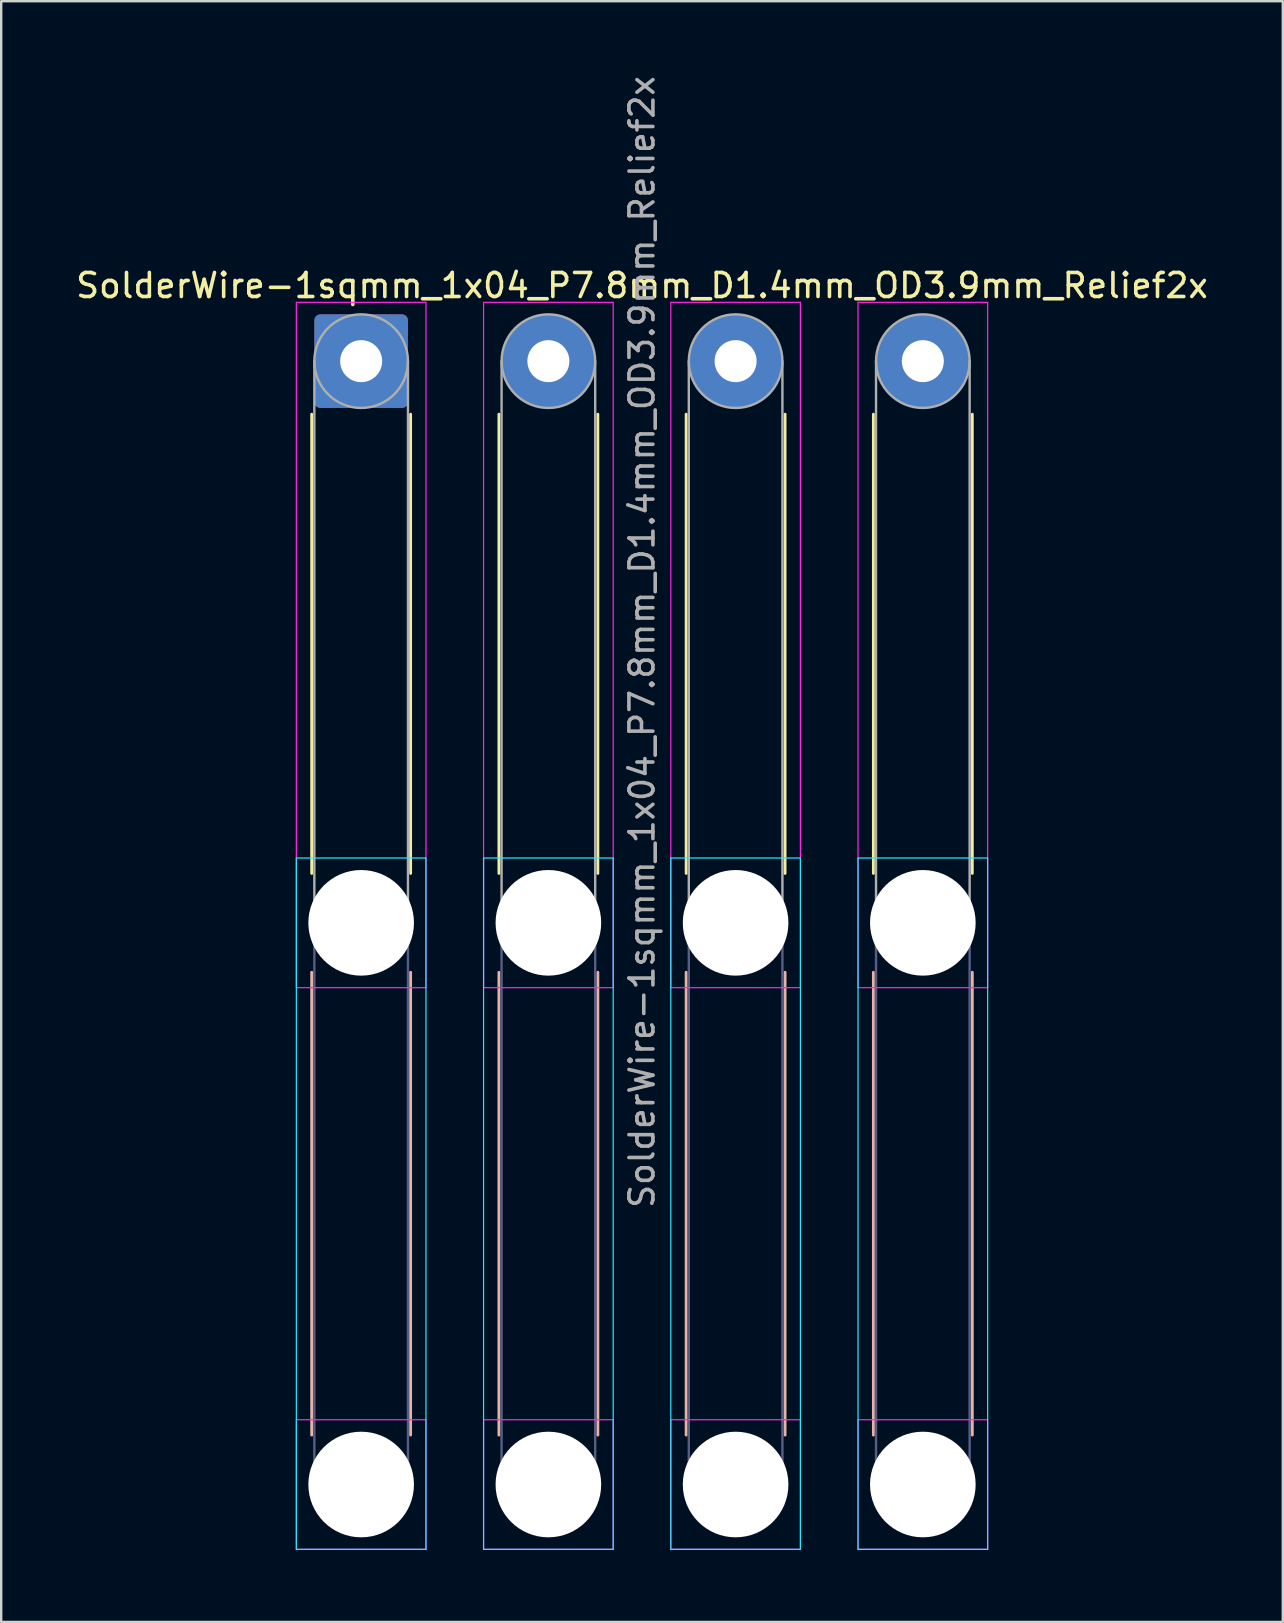
<source format=kicad_pcb>
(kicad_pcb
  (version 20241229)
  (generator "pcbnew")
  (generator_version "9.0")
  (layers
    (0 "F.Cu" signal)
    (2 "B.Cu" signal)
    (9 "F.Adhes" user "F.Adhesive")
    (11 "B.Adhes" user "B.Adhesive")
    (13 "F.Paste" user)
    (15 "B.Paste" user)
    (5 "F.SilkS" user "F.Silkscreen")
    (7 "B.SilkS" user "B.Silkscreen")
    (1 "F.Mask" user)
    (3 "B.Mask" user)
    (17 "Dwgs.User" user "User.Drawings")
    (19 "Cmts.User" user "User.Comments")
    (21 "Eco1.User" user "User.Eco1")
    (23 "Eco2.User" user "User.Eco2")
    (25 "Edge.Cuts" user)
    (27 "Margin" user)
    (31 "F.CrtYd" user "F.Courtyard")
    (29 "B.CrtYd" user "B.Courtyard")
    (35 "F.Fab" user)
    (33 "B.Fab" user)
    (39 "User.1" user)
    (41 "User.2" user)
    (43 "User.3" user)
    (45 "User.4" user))
  (footprint "SolderWire-1sqmm_1x04_P7.8mm_D1.4mm_OD3.9mm_Relief2x"
    (layer "F.Cu")
    (at 11.996 11.996)
    (property "Reference" "SolderWire-1sqmm_1x04_P7.8mm_D1.4mm_OD3.9mm_Relief2x" (at 11.7 -3.15 0) (layer "F.SilkS") (effects (font (size 1 1) (thickness 0.15))))
    (attr exclude_from_pos_files exclude_from_bom)
    (fp_line (start -2.06 2.21) (end -2.06 21.34) (stroke (width 0.12) (type solid)) (layer "F.SilkS"))
    (fp_line (start 2.06 2.21) (end 2.06 21.34) (stroke (width 0.12) (type solid)) (layer "F.SilkS"))
    (fp_line (start 5.74 2.21) (end 5.74 21.34) (stroke (width 0.12) (type solid)) (layer "F.SilkS"))
    (fp_line (start 9.86 2.21) (end 9.86 21.34) (stroke (width 0.12) (type solid)) (layer "F.SilkS"))
    (fp_line (start 13.54 2.21) (end 13.54 21.34) (stroke (width 0.12) (type solid)) (layer "F.SilkS"))
    (fp_line (start 17.66 2.21) (end 17.66 21.34) (stroke (width 0.12) (type solid)) (layer "F.SilkS"))
    (fp_line (start 21.34 2.21) (end 21.34 21.34) (stroke (width 0.12) (type solid)) (layer "F.SilkS"))
    (fp_line (start 25.46 2.21) (end 25.46 21.34) (stroke (width 0.12) (type solid)) (layer "F.SilkS"))
    (fp_line (start -2.06 25.46) (end -2.06 44.74) (stroke (width 0.12) (type solid)) (layer "B.SilkS"))
    (fp_line (start 2.06 25.46) (end 2.06 44.74) (stroke (width 0.12) (type solid)) (layer "B.SilkS"))
    (fp_line (start 5.74 25.46) (end 5.74 44.74) (stroke (width 0.12) (type solid)) (layer "B.SilkS"))
    (fp_line (start 9.86 25.46) (end 9.86 44.74) (stroke (width 0.12) (type solid)) (layer "B.SilkS"))
    (fp_line (start 13.54 25.46) (end 13.54 44.74) (stroke (width 0.12) (type solid)) (layer "B.SilkS"))
    (fp_line (start 17.66 25.46) (end 17.66 44.74) (stroke (width 0.12) (type solid)) (layer "B.SilkS"))
    (fp_line (start 21.34 25.46) (end 21.34 44.74) (stroke (width 0.12) (type solid)) (layer "B.SilkS"))
    (fp_line (start 25.46 25.46) (end 25.46 44.74) (stroke (width 0.12) (type solid)) (layer "B.SilkS"))
    (fp_line (start -2.7 20.7) (end -2.7 49.5) (stroke (width 0.05) (type solid)) (layer "B.CrtYd"))
    (fp_line (start -2.7 49.5) (end 2.7 49.5) (stroke (width 0.05) (type solid)) (layer "B.CrtYd"))
    (fp_line (start 2.7 20.7) (end -2.7 20.7) (stroke (width 0.05) (type solid)) (layer "B.CrtYd"))
    (fp_line (start 2.7 49.5) (end 2.7 20.7) (stroke (width 0.05) (type solid)) (layer "B.CrtYd"))
    (fp_line (start 5.1 20.7) (end 5.1 49.5) (stroke (width 0.05) (type solid)) (layer "B.CrtYd"))
    (fp_line (start 5.1 49.5) (end 10.5 49.5) (stroke (width 0.05) (type solid)) (layer "B.CrtYd"))
    (fp_line (start 10.5 20.7) (end 5.1 20.7) (stroke (width 0.05) (type solid)) (layer "B.CrtYd"))
    (fp_line (start 10.5 49.5) (end 10.5 20.7) (stroke (width 0.05) (type solid)) (layer "B.CrtYd"))
    (fp_line (start 12.9 20.7) (end 12.9 49.5) (stroke (width 0.05) (type solid)) (layer "B.CrtYd"))
    (fp_line (start 12.9 49.5) (end 18.3 49.5) (stroke (width 0.05) (type solid)) (layer "B.CrtYd"))
    (fp_line (start 18.3 20.7) (end 12.9 20.7) (stroke (width 0.05) (type solid)) (layer "B.CrtYd"))
    (fp_line (start 18.3 49.5) (end 18.3 20.7) (stroke (width 0.05) (type solid)) (layer "B.CrtYd"))
    (fp_line (start 20.7 20.7) (end 20.7 49.5) (stroke (width 0.05) (type solid)) (layer "B.CrtYd"))
    (fp_line (start 20.7 49.5) (end 26.1 49.5) (stroke (width 0.05) (type solid)) (layer "B.CrtYd"))
    (fp_line (start 26.1 20.7) (end 20.7 20.7) (stroke (width 0.05) (type solid)) (layer "B.CrtYd"))
    (fp_line (start 26.1 49.5) (end 26.1 20.7) (stroke (width 0.05) (type solid)) (layer "B.CrtYd"))
    (fp_line (start -2.7 -2.45) (end -2.7 26.1) (stroke (width 0.05) (type solid)) (layer "F.CrtYd"))
    (fp_line (start -2.7 26.1) (end 2.7 26.1) (stroke (width 0.05) (type solid)) (layer "F.CrtYd"))
    (fp_line (start -2.7 44.1) (end -2.7 49.5) (stroke (width 0.05) (type solid)) (layer "F.CrtYd"))
    (fp_line (start -2.7 49.5) (end 2.7 49.5) (stroke (width 0.05) (type solid)) (layer "F.CrtYd"))
    (fp_line (start 2.7 -2.45) (end -2.7 -2.45) (stroke (width 0.05) (type solid)) (layer "F.CrtYd"))
    (fp_line (start 2.7 26.1) (end 2.7 -2.45) (stroke (width 0.05) (type solid)) (layer "F.CrtYd"))
    (fp_line (start 2.7 44.1) (end -2.7 44.1) (stroke (width 0.05) (type solid)) (layer "F.CrtYd"))
    (fp_line (start 2.7 49.5) (end 2.7 44.1) (stroke (width 0.05) (type solid)) (layer "F.CrtYd"))
    (fp_line (start 5.1 -2.45) (end 5.1 26.1) (stroke (width 0.05) (type solid)) (layer "F.CrtYd"))
    (fp_line (start 5.1 26.1) (end 10.5 26.1) (stroke (width 0.05) (type solid)) (layer "F.CrtYd"))
    (fp_line (start 5.1 44.1) (end 5.1 49.5) (stroke (width 0.05) (type solid)) (layer "F.CrtYd"))
    (fp_line (start 5.1 49.5) (end 10.5 49.5) (stroke (width 0.05) (type solid)) (layer "F.CrtYd"))
    (fp_line (start 10.5 -2.45) (end 5.1 -2.45) (stroke (width 0.05) (type solid)) (layer "F.CrtYd"))
    (fp_line (start 10.5 26.1) (end 10.5 -2.45) (stroke (width 0.05) (type solid)) (layer "F.CrtYd"))
    (fp_line (start 10.5 44.1) (end 5.1 44.1) (stroke (width 0.05) (type solid)) (layer "F.CrtYd"))
    (fp_line (start 10.5 49.5) (end 10.5 44.1) (stroke (width 0.05) (type solid)) (layer "F.CrtYd"))
    (fp_line (start 12.9 -2.45) (end 12.9 26.1) (stroke (width 0.05) (type solid)) (layer "F.CrtYd"))
    (fp_line (start 12.9 26.1) (end 18.3 26.1) (stroke (width 0.05) (type solid)) (layer "F.CrtYd"))
    (fp_line (start 12.9 44.1) (end 12.9 49.5) (stroke (width 0.05) (type solid)) (layer "F.CrtYd"))
    (fp_line (start 12.9 49.5) (end 18.3 49.5) (stroke (width 0.05) (type solid)) (layer "F.CrtYd"))
    (fp_line (start 18.3 -2.45) (end 12.9 -2.45) (stroke (width 0.05) (type solid)) (layer "F.CrtYd"))
    (fp_line (start 18.3 26.1) (end 18.3 -2.45) (stroke (width 0.05) (type solid)) (layer "F.CrtYd"))
    (fp_line (start 18.3 44.1) (end 12.9 44.1) (stroke (width 0.05) (type solid)) (layer "F.CrtYd"))
    (fp_line (start 18.3 49.5) (end 18.3 44.1) (stroke (width 0.05) (type solid)) (layer "F.CrtYd"))
    (fp_line (start 20.7 -2.45) (end 20.7 26.1) (stroke (width 0.05) (type solid)) (layer "F.CrtYd"))
    (fp_line (start 20.7 26.1) (end 26.1 26.1) (stroke (width 0.05) (type solid)) (layer "F.CrtYd"))
    (fp_line (start 20.7 44.1) (end 20.7 49.5) (stroke (width 0.05) (type solid)) (layer "F.CrtYd"))
    (fp_line (start 20.7 49.5) (end 26.1 49.5) (stroke (width 0.05) (type solid)) (layer "F.CrtYd"))
    (fp_line (start 26.1 -2.45) (end 20.7 -2.45) (stroke (width 0.05) (type solid)) (layer "F.CrtYd"))
    (fp_line (start 26.1 26.1) (end 26.1 -2.45) (stroke (width 0.05) (type solid)) (layer "F.CrtYd"))
    (fp_line (start 26.1 44.1) (end 20.7 44.1) (stroke (width 0.05) (type solid)) (layer "F.CrtYd"))
    (fp_line (start 26.1 49.5) (end 26.1 44.1) (stroke (width 0.05) (type solid)) (layer "F.CrtYd"))
    (fp_line (start -1.95 23.4) (end -1.95 46.8) (stroke (width 0.1) (type solid)) (layer "B.Fab"))
    (fp_line (start 1.95 23.4) (end 1.95 46.8) (stroke (width 0.1) (type solid)) (layer "B.Fab"))
    (fp_line (start 5.85 23.4) (end 5.85 46.8) (stroke (width 0.1) (type solid)) (layer "B.Fab"))
    (fp_line (start 9.75 23.4) (end 9.75 46.8) (stroke (width 0.1) (type solid)) (layer "B.Fab"))
    (fp_line (start 13.65 23.4) (end 13.65 46.8) (stroke (width 0.1) (type solid)) (layer "B.Fab"))
    (fp_line (start 17.55 23.4) (end 17.55 46.8) (stroke (width 0.1) (type solid)) (layer "B.Fab"))
    (fp_line (start 21.45 23.4) (end 21.45 46.8) (stroke (width 0.1) (type solid)) (layer "B.Fab"))
    (fp_line (start 25.35 23.4) (end 25.35 46.8) (stroke (width 0.1) (type solid)) (layer "B.Fab"))
    (fp_circle (center 0 23.4) (end 1.95 23.4) (stroke (width 0.1) (type solid)) (fill no) (layer "B.Fab"))
    (fp_circle (center 0 46.8) (end 1.95 46.8) (stroke (width 0.1) (type solid)) (fill no) (layer "B.Fab"))
    (fp_circle (center 7.8 23.4) (end 9.75 23.4) (stroke (width 0.1) (type solid)) (fill no) (layer "B.Fab"))
    (fp_circle (center 7.8 46.8) (end 9.75 46.8) (stroke (width 0.1) (type solid)) (fill no) (layer "B.Fab"))
    (fp_circle (center 15.6 23.4) (end 17.55 23.4) (stroke (width 0.1) (type solid)) (fill no) (layer "B.Fab"))
    (fp_circle (center 15.6 46.8) (end 17.55 46.8) (stroke (width 0.1) (type solid)) (fill no) (layer "B.Fab"))
    (fp_circle (center 23.4 23.4) (end 25.35 23.4) (stroke (width 0.1) (type solid)) (fill no) (layer "B.Fab"))
    (fp_circle (center 23.4 46.8) (end 25.35 46.8) (stroke (width 0.1) (type solid)) (fill no) (layer "B.Fab"))
    (fp_line (start -1.95 0) (end -1.95 23.4) (stroke (width 0.1) (type solid)) (layer "F.Fab"))
    (fp_line (start 1.95 0) (end 1.95 23.4) (stroke (width 0.1) (type solid)) (layer "F.Fab"))
    (fp_line (start 5.85 0) (end 5.85 23.4) (stroke (width 0.1) (type solid)) (layer "F.Fab"))
    (fp_line (start 9.75 0) (end 9.75 23.4) (stroke (width 0.1) (type solid)) (layer "F.Fab"))
    (fp_line (start 13.65 0) (end 13.65 23.4) (stroke (width 0.1) (type solid)) (layer "F.Fab"))
    (fp_line (start 17.55 0) (end 17.55 23.4) (stroke (width 0.1) (type solid)) (layer "F.Fab"))
    (fp_line (start 21.45 0) (end 21.45 23.4) (stroke (width 0.1) (type solid)) (layer "F.Fab"))
    (fp_line (start 25.35 0) (end 25.35 23.4) (stroke (width 0.1) (type solid)) (layer "F.Fab"))
    (fp_circle (center 0 0) (end 1.95 0) (stroke (width 0.1) (type solid)) (fill no) (layer "F.Fab"))
    (fp_circle (center 0 23.4) (end 1.95 23.4) (stroke (width 0.1) (type solid)) (fill no) (layer "F.Fab"))
    (fp_circle (center 0 46.8) (end 1.95 46.8) (stroke (width 0.1) (type solid)) (fill no) (layer "F.Fab"))
    (fp_circle (center 7.8 0) (end 9.75 0) (stroke (width 0.1) (type solid)) (fill no) (layer "F.Fab"))
    (fp_circle (center 7.8 23.4) (end 9.75 23.4) (stroke (width 0.1) (type solid)) (fill no) (layer "F.Fab"))
    (fp_circle (center 7.8 46.8) (end 9.75 46.8) (stroke (width 0.1) (type solid)) (fill no) (layer "F.Fab"))
    (fp_circle (center 15.6 0) (end 17.55 0) (stroke (width 0.1) (type solid)) (fill no) (layer "F.Fab"))
    (fp_circle (center 15.6 23.4) (end 17.55 23.4) (stroke (width 0.1) (type solid)) (fill no) (layer "F.Fab"))
    (fp_circle (center 15.6 46.8) (end 17.55 46.8) (stroke (width 0.1) (type solid)) (fill no) (layer "F.Fab"))
    (fp_circle (center 23.4 0) (end 25.35 0) (stroke (width 0.1) (type solid)) (fill no) (layer "F.Fab"))
    (fp_circle (center 23.4 23.4) (end 25.35 23.4) (stroke (width 0.1) (type solid)) (fill no) (layer "F.Fab"))
    (fp_circle (center 23.4 46.8) (end 25.35 46.8) (stroke (width 0.1) (type solid)) (fill no) (layer "F.Fab"))
    (fp_text user "${REFERENCE}" (at 11.7 11.7 90) (layer "F.Fab") (effects (font (size 1 1) (thickness 0.15))))
    (pad "" np_thru_hole circle (at 0 23.4) (size 4.4 4.4) (drill 4.4) (layers "*.Cu" "*.Mask"))
    (pad "" np_thru_hole circle (at 0 46.8) (size 4.4 4.4) (drill 4.4) (layers "*.Cu" "*.Mask"))
    (pad "" np_thru_hole circle (at 7.8 23.4) (size 4.4 4.4) (drill 4.4) (layers "*.Cu" "*.Mask"))
    (pad "" np_thru_hole circle (at 7.8 46.8) (size 4.4 4.4) (drill 4.4) (layers "*.Cu" "*.Mask"))
    (pad "" np_thru_hole circle (at 15.6 23.4) (size 4.4 4.4) (drill 4.4) (layers "*.Cu" "*.Mask"))
    (pad "" np_thru_hole circle (at 15.6 46.8) (size 4.4 4.4) (drill 4.4) (layers "*.Cu" "*.Mask"))
    (pad "" np_thru_hole circle (at 23.4 23.4) (size 4.4 4.4) (drill 4.4) (layers "*.Cu" "*.Mask"))
    (pad "" np_thru_hole circle (at 23.4 46.8) (size 4.4 4.4) (drill 4.4) (layers "*.Cu" "*.Mask"))
    (pad "1" thru_hole roundrect (at 0 0) (size 3.9 3.9) (drill 1.75) (layers "*.Cu" "*.Mask") (roundrect_rratio 0.064))
    (pad "2" thru_hole circle (at 7.8 0) (size 3.9 3.9) (drill 1.75) (layers "*.Cu" "*.Mask"))
    (pad "3" thru_hole circle (at 15.6 0) (size 3.9 3.9) (drill 1.75) (layers "*.Cu" "*.Mask"))
    (pad "4" thru_hole circle (at 23.4 0) (size 3.9 3.9) (drill 1.75) (layers "*.Cu" "*.Mask")))
  (gr_rect
    (start -3 -3)
    (end 50.393 64.521)
    (stroke (width 0.1) (type default))
    (fill no)
    (layer "Edge.Cuts")))
</source>
